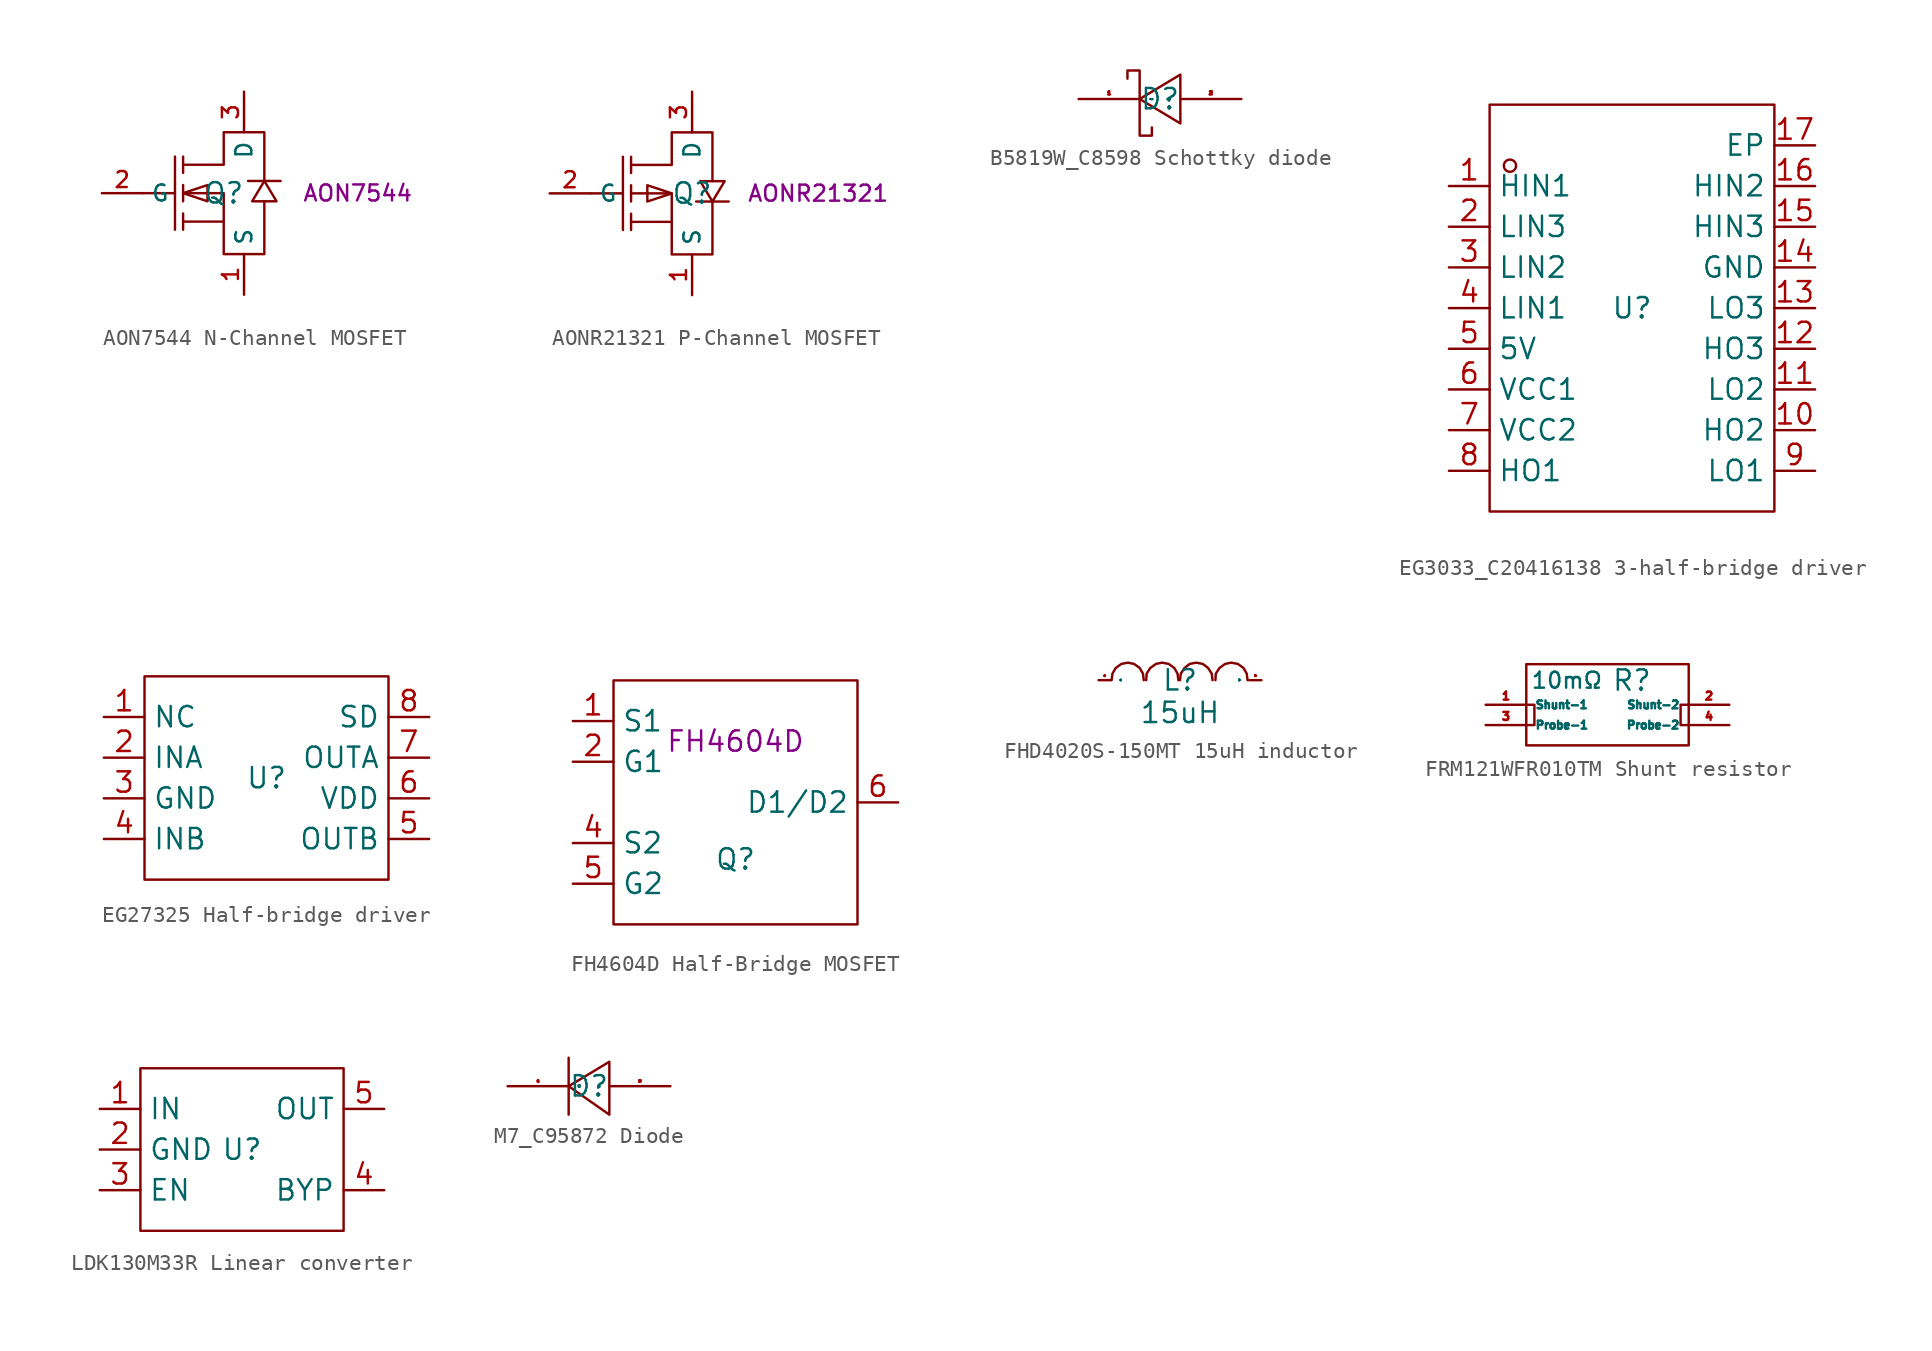
<source format=kicad_sym>
(kicad_symbol_lib
  (version 20241209)
  (generator "kicad_symbol_editor")
  (generator_version "9.0")
  (symbol "AON7544 N-Channel MOSFET"
    (property "Reference" "Q"
      (at 0 0 0)
      (effects (font (size 1.27 1.27))))
    (property "Manufacturer Part" "AON7544"
      (at 8.382 0 0)
      (effects (font (size 1 1))))
    (symbol "AON7544 N-Channel MOSFET_1_0"
      (polyline (pts (xy -5.08 0) (xy -3.048 0)) (stroke (width 0) (type default)) (fill (type none)))
      (polyline (pts (xy -3.048 2.286) (xy -3.048 -2.286)) (stroke (width 0) (type default)) (fill (type none)))
      (polyline (pts (xy -2.54 2.286) (xy -2.54 1.27)) (stroke (width 0) (type default)) (fill (type none)))
      (polyline (pts (xy -2.54 1.778) (xy 0 1.778) (xy 0 1.778) (xy 0 2.54) (xy 0 3.81) (xy 2.54 3.81) (xy 2.54 2.54) (xy 2.54 2.54) (xy 2.54 2.54) (xy 2.54 0.762)) (stroke (width 0) (type default)) (fill (type none)))
      (polyline (pts (xy -2.54 0) (xy -1.016 -0.508) (xy -1.016 -0.508) (xy -1.016 0.508) (xy -1.016 0.508) (xy -2.54 0)) (stroke (width 0) (type default)) (fill (type none)))
      (polyline (pts (xy -2.54 0) (xy 0 0) (xy 0 0) (xy 0 -2.54) (xy 0 -2.54) (xy 0 -2.54) (xy 0 -2.54) (xy 0 -2.54) (xy 0 -3.81) (xy 2.54 -3.81) (xy 2.54 -2.54) (xy 2.54 -2.54) (xy 2.54 -2.54) (xy 2.54 -0.508)) (stroke (width 0) (type default)) (fill (type none)))
      (polyline (pts (xy -2.54 -0.508) (xy -2.54 0.508)) (stroke (width 0) (type default)) (fill (type none)))
      (polyline (pts (xy -2.54 -2.286) (xy -2.54 -1.27)) (stroke (width 0) (type default)) (fill (type none)))
      (polyline (pts (xy 0 -1.778) (xy -2.54 -1.778)) (stroke (width 0) (type default)) (fill (type none)))
      (polyline (pts (xy 1.524 0.762) (xy 2.032 0.762) (xy 2.032 0.762) (xy 3.048 0.762) (xy 3.048 0.762) (xy 3.556 0.762)) (stroke (width 0) (type default)) (fill (type none)))
      (polyline (pts (xy 2.54 0.762) (xy 3.302 -0.508) (xy 3.302 -0.508) (xy 1.778 -0.508) (xy 1.778 -0.508) (xy 2.54 0.762)) (stroke (width 0) (type default)) (fill (type none)))
      (pin unspecified line (at -7.62 0 0) (length 2.54) (name "G" (effects (font (size 1 1)))) (number "2" (effects (font (size 1 1)))))
      (pin unspecified line (at 1.27 6.35 270) (length 2.54) (name "D" (effects (font (size 1 1)))) (number "3" (effects (font (size 1 1)))))
      (pin unspecified line (at 1.27 -6.35 90) (length 2.54) (name "S" (effects (font (size 1 1)))) (number "1" (effects (font (size 1 1)))))))
  (symbol "AONR21321 P-Channel MOSFET"
    (property "Reference" "Q"
      (at 0 0 0)
      (effects (font (size 1.27 1.27))))
    (property "Manufacturer Part" "AONR21321"
      (at 7.874 0 0)
      (effects (font (size 1 1))))
    (symbol "AONR21321 P-Channel MOSFET_1_0"
      (polyline (pts (xy -6.35 0) (xy -4.318 0)) (stroke (width 0) (type default)) (fill (type none)))
      (polyline (pts (xy -4.318 2.286) (xy -4.318 -2.286)) (stroke (width 0) (type default)) (fill (type none)))
      (polyline (pts (xy -3.81 2.286) (xy -3.81 1.27)) (stroke (width 0) (type default)) (fill (type none)))
      (polyline (pts (xy -3.81 1.778) (xy -1.27 1.778) (xy -1.27 1.778) (xy -1.27 2.54) (xy -1.27 3.81) (xy 1.27 3.81) (xy 1.27 2.54) (xy 1.27 2.54) (xy 1.27 2.54) (xy 1.27 0.762)) (stroke (width 0) (type default)) (fill (type none)))
      (polyline (pts (xy -3.81 0) (xy -1.27 0) (xy -1.27 0) (xy -1.27 -2.54) (xy -1.27 -2.54) (xy -1.27 -2.54) (xy -1.27 -2.54) (xy -1.27 -2.54) (xy -1.27 -3.81) (xy 1.27 -3.81) (xy 1.27 -2.54) (xy 1.27 -2.54) (xy 1.27 -2.54) (xy 1.27 -0.508)) (stroke (width 0) (type default)) (fill (type none)))
      (polyline (pts (xy -3.81 -0.508) (xy -3.81 0.508)) (stroke (width 0) (type default)) (fill (type none)))
      (polyline (pts (xy -3.81 -2.286) (xy -3.81 -1.27)) (stroke (width 0) (type default)) (fill (type none)))
      (polyline (pts (xy -1.27 0) (xy -2.794 -0.508) (xy -2.794 -0.508) (xy -2.794 0.508) (xy -2.794 0.508) (xy -1.27 0)) (stroke (width 0) (type default)) (fill (type none)))
      (polyline (pts (xy -1.27 -1.778) (xy -3.81 -1.778)) (stroke (width 0) (type default)) (fill (type none)))
      (polyline (pts (xy 0.254 -0.508) (xy 0.762 -0.508) (xy 0.762 -0.508) (xy 1.778 -0.508) (xy 1.778 -0.508) (xy 2.286 -0.508)) (stroke (width 0) (type default)) (fill (type none)))
      (polyline (pts (xy 1.27 -0.508) (xy 2.032 0.762) (xy 2.032 0.762) (xy 0.508 0.762) (xy 0.508 0.762) (xy 1.27 -0.508)) (stroke (width 0) (type default)) (fill (type none)))
      (pin unspecified line (at -8.89 0 0) (length 2.54) (name "G" (effects (font (size 1 1)))) (number "2" (effects (font (size 1 1)))))
      (pin unspecified line (at 0 6.35 270) (length 2.54) (name "D" (effects (font (size 1 1)))) (number "3" (effects (font (size 1 1)))))
      (pin unspecified line (at 0 -6.35 90) (length 2.54) (name "S" (effects (font (size 1 1)))) (number "1" (effects (font (size 1 1)))))))
  (symbol "B5819W_C8598 Schottky diode"
    (property "Reference" "D"
      (at 0 0 0)
      (effects (font (size 1.27 1.27))))
    (symbol "B5819W_C8598 Schottky diode_1_0"
      (polyline (pts (xy -0.508 -1.778) (xy -0.508 -2.286) (xy -0.508 -2.286) (xy -1.27 -2.286) (xy -1.27 -2.286) (xy -1.27 1.016) (xy -1.27 1.016) (xy -1.27 1.778) (xy -1.27 1.778) (xy -2.032 1.778) (xy -2.032 1.778) (xy -2.032 1.27)) (stroke (width 0) (type default)) (fill (type none)))
      (polyline (pts (xy 1.27 1.524) (xy -1.27 0) (xy -1.27 0) (xy 1.27 -1.524) (xy 1.27 -1.524) (xy 1.27 1.524)) (stroke (width 0) (type default)) (fill (type none)))
      (pin unspecified line (at -5.08 0 0) (length 3.81) (name "-" (effects (font (size 0.2 0.2)))) (number "1" (effects (font (size 0.2 0.2)))))
      (pin unspecified line (at 5.08 0 180) (length 3.81) (name "+" (effects (font (size 0.2 0.2)))) (number "2" (effects (font (size 0.2 0.2)))))))
  (symbol "EG3033_C20416138 3-half-bridge driver"
    (property "Reference" "U"
      (at 0 0 0)
      (effects (font (size 1.27 1.27))))
    (symbol "EG3033_C20416138 3-half-bridge driver_1_0"
      (rectangle (start -8.89 -12.7) (end 8.89 12.7) (stroke (width 0) (type default)) (fill (type none)))
      (circle (center -7.62 8.89) (radius 0.381) (stroke (width 0) (type default)) (fill (type none)))
      (pin unspecified line (at -11.43 7.62 0) (length 2.54) (name "HIN1" (effects (font (size 1.27 1.27)))) (number "1" (effects (font (size 1.27 1.27)))))
      (pin unspecified line (at -11.43 5.08 0) (length 2.54) (name "LIN3" (effects (font (size 1.27 1.27)))) (number "2" (effects (font (size 1.27 1.27)))))
      (pin unspecified line (at -11.43 2.54 0) (length 2.54) (name "LIN2" (effects (font (size 1.27 1.27)))) (number "3" (effects (font (size 1.27 1.27)))))
      (pin unspecified line (at -11.43 0 0) (length 2.54) (name "LIN1" (effects (font (size 1.27 1.27)))) (number "4" (effects (font (size 1.27 1.27)))))
      (pin unspecified line (at -11.43 -2.54 0) (length 2.54) (name "5V" (effects (font (size 1.27 1.27)))) (number "5" (effects (font (size 1.27 1.27)))))
      (pin unspecified line (at -11.43 -5.08 0) (length 2.54) (name "VCC1" (effects (font (size 1.27 1.27)))) (number "6" (effects (font (size 1.27 1.27)))))
      (pin unspecified line (at -11.43 -7.62 0) (length 2.54) (name "VCC2" (effects (font (size 1.27 1.27)))) (number "7" (effects (font (size 1.27 1.27)))))
      (pin unspecified line (at -11.43 -10.16 0) (length 2.54) (name "HO1" (effects (font (size 1.27 1.27)))) (number "8" (effects (font (size 1.27 1.27)))))
      (pin unspecified line (at 11.43 10.16 180) (length 2.54) (name "EP" (effects (font (size 1.27 1.27)))) (number "17" (effects (font (size 1.27 1.27)))))
      (pin unspecified line (at 11.43 7.62 180) (length 2.54) (name "HIN2" (effects (font (size 1.27 1.27)))) (number "16" (effects (font (size 1.27 1.27)))))
      (pin unspecified line (at 11.43 5.08 180) (length 2.54) (name "HIN3" (effects (font (size 1.27 1.27)))) (number "15" (effects (font (size 1.27 1.27)))))
      (pin unspecified line (at 11.43 2.54 180) (length 2.54) (name "GND" (effects (font (size 1.27 1.27)))) (number "14" (effects (font (size 1.27 1.27)))))
      (pin unspecified line (at 11.43 0 180) (length 2.54) (name "LO3" (effects (font (size 1.27 1.27)))) (number "13" (effects (font (size 1.27 1.27)))))
      (pin unspecified line (at 11.43 -2.54 180) (length 2.54) (name "HO3" (effects (font (size 1.27 1.27)))) (number "12" (effects (font (size 1.27 1.27)))))
      (pin unspecified line (at 11.43 -5.08 180) (length 2.54) (name "LO2" (effects (font (size 1.27 1.27)))) (number "11" (effects (font (size 1.27 1.27)))))
      (pin unspecified line (at 11.43 -7.62 180) (length 2.54) (name "HO2" (effects (font (size 1.27 1.27)))) (number "10" (effects (font (size 1.27 1.27)))))
      (pin unspecified line (at 11.43 -10.16 180) (length 2.54) (name "LO1" (effects (font (size 1.27 1.27)))) (number "9" (effects (font (size 1.27 1.27)))))))
  (symbol "EG27325 Half-bridge driver"
    (property "Reference" "U"
      (at 0 0 0)
      (effects (font (size 1.27 1.27))))
    (symbol "EG27325 Half-bridge driver_1_0"
      (rectangle (start -7.62 6.35) (end 7.62 -6.35) (stroke (width 0) (type default)) (fill (type none)))
      (pin unspecified line (at -10.16 3.81 0) (length 2.54) (name "NC" (effects (font (size 1.27 1.27)))) (number "1" (effects (font (size 1.27 1.27)))))
      (pin unspecified line (at -10.16 1.27 0) (length 2.54) (name "INA" (effects (font (size 1.27 1.27)))) (number "2" (effects (font (size 1.27 1.27)))))
      (pin unspecified line (at -10.16 -1.27 0) (length 2.54) (name "GND" (effects (font (size 1.27 1.27)))) (number "3" (effects (font (size 1.27 1.27)))))
      (pin unspecified line (at -10.16 -3.81 0) (length 2.54) (name "INB" (effects (font (size 1.27 1.27)))) (number "4" (effects (font (size 1.27 1.27)))))
      (pin unspecified line (at 10.16 3.81 180) (length 2.54) (name "SD" (effects (font (size 1.27 1.27)))) (number "8" (effects (font (size 1.27 1.27)))))
      (pin unspecified line (at 10.16 1.27 180) (length 2.54) (name "OUTA" (effects (font (size 1.27 1.27)))) (number "7" (effects (font (size 1.27 1.27)))))
      (pin unspecified line (at 10.16 -1.27 180) (length 2.54) (name "VDD" (effects (font (size 1.27 1.27)))) (number "6" (effects (font (size 1.27 1.27)))))
      (pin unspecified line (at 10.16 -3.81 180) (length 2.54) (name "OUTB" (effects (font (size 1.27 1.27)))) (number "5" (effects (font (size 1.27 1.27)))))))
  (symbol "FH4604D Half-Bridge MOSFET"
    (property "Reference" "Q"
      (at 0 -3.556 0)
      (effects (font (size 1.27 1.27))))
    (property "Manufacturer Part" "FH4604D"
      (at 0 3.81 0)
      (do_not_autoplace)
      (effects (font (size 1.27 1.27))))
    (symbol "FH4604D Half-Bridge MOSFET_1_0"
      (rectangle (start -7.62 7.62) (end 7.62 -7.62) (stroke (width 0) (type default)) (fill (type none)))
      (pin unspecified line (at -10.16 5.08 0) (length 2.54) (name "S1" (effects (font (size 1.27 1.27)))) (number "1" (effects (font (size 1.27 1.27)))))
      (pin unspecified line (at -10.16 2.54 0) (length 2.54) (name "G1" (effects (font (size 1.27 1.27)))) (number "2" (effects (font (size 1.27 1.27)))))
      (pin unspecified line (at -10.16 -2.54 0) (length 2.54) (name "S2" (effects (font (size 1.27 1.27)))) (number "4" (effects (font (size 1.27 1.27)))))
      (pin unspecified line (at -10.16 -5.08 0) (length 2.54) (name "G2" (effects (font (size 1.27 1.27)))) (number "5" (effects (font (size 1.27 1.27)))))
      (pin unspecified line (at 10.16 0 180) (length 2.54) (name "D1/D2" (effects (font (size 1.27 1.27)))) (number "6" (effects (font (size 1.27 1.27)))))))
  (symbol "FHD4020S-150MT 15uH inductor"
    (property "Reference" "L"
      (at 0 0 0)
      (effects (font (size 1.27 1.27))))
    (property "Value" "15uH"
      (at 0 -2.032 0)
      (effects (font (size 1.27 1.27))))
    (symbol "FHD4020S-150MT 15uH inductor_1_0"
      (polyline (pts (xy -4.267 0) (xy -4.216 0.406) (xy -4.216 0.406) (xy -4.013 0.762) (xy -4.013 0.762) (xy -3.658 1.016) (xy -3.658 1.016) (xy -3.251 1.092) (xy -3.251 1.092) (xy -2.87 1.016) (xy -2.87 1.016) (xy -2.515 0.762) (xy -2.515 0.762) (xy -2.311 0.406) (xy -2.311 0.406) (xy -2.261 0)) (stroke (width 0) (type default)) (fill (type none)))
      (polyline (pts (xy -2.108 0) (xy -2.083 0.406) (xy -2.083 0.406) (xy -1.854 0.762) (xy -1.854 0.762) (xy -1.499 1.016) (xy -1.499 1.016) (xy -1.118 1.092) (xy -1.118 1.092) (xy -0.711 1.016) (xy -0.711 1.016) (xy -0.356 0.762) (xy -0.356 0.762) (xy -0.152 0.406) (xy -0.152 0.406) (xy -0.102 0)) (stroke (width 0) (type default)) (fill (type none)))
      (polyline (pts (xy 0 0) (xy 0.051 0.406) (xy 0.051 0.406) (xy 0.279 0.762) (xy 0.279 0.762) (xy 0.61 1.016) (xy 0.61 1.016) (xy 1.016 1.092) (xy 1.016 1.092) (xy 1.422 1.016) (xy 1.422 1.016) (xy 1.753 0.762) (xy 1.753 0.762) (xy 1.981 0.406) (xy 1.981 0.406) (xy 2.032 0)) (stroke (width 0) (type default)) (fill (type none)))
      (polyline (pts (xy 2.21 0) (xy 2.235 0.406) (xy 2.235 0.406) (xy 2.464 0.762) (xy 2.464 0.762) (xy 2.819 1.016) (xy 2.819 1.016) (xy 3.2 1.092) (xy 3.2 1.092) (xy 3.607 1.016) (xy 3.607 1.016) (xy 3.962 0.762) (xy 3.962 0.762) (xy 4.166 0.406) (xy 4.166 0.406) (xy 4.216 0)) (stroke (width 0) (type default)) (fill (type none)))
      (pin unspecified line (at -5.08 0 0) (length 0.762) (name "1" (effects (font (size 0.025 0.025)))) (number "1" (effects (font (size 0.025 0.025)))))
      (pin unspecified line (at 5.08 0 180) (length 0.762) (name "2" (effects (font (size 0.025 0.025)))) (number "2" (effects (font (size 0.025 0.025)))))))
  (symbol "FRM121WFR010TM Shunt resistor"
    (property "Reference" "R"
      (at 1.524 1.524 0)
      (do_not_autoplace)
      (effects (font (size 1.27 1.27))))
    (property "Value" "10mΩ"
      (at -2.54 1.524 0)
      (do_not_autoplace)
      (effects (font (size 1 1))))
    (symbol "FRM121WFR010TM Shunt resistor_0_1"
      (polyline (pts (xy -5.08 0) (xy -4.572 0) (xy -4.572 -1.27) (xy -5.08 -1.27)) (stroke (width 0) (type default)) (fill (type none)))
      (polyline (pts (xy 5.08 0) (xy 4.572 0) (xy 4.572 -1.27) (xy 5.08 -1.27)) (stroke (width 0) (type default)) (fill (type none))))
    (symbol "FRM121WFR010TM Shunt resistor_1_0"
      (rectangle (start -5.08 2.54) (end 5.08 -2.54) (stroke (width 0) (type default)) (fill (type none)))
      (pin unspecified line (at -7.62 0 0) (length 2.54) (name "Shunt-1" (effects (font (size 0.5 0.5)))) (number "1" (effects (font (size 0.5 0.5)))))
      (pin unspecified line (at -7.62 -1.27 0) (length 2.54) (name "Probe-1" (effects (font (size 0.5 0.5)))) (number "3" (effects (font (size 0.5 0.5)))))
      (pin unspecified line (at 7.62 0 180) (length 2.54) (name "Shunt-2" (effects (font (size 0.5 0.5)))) (number "2" (effects (font (size 0.5 0.5)))))
      (pin unspecified line (at 7.62 -1.27 180) (length 2.54) (name "Probe-2" (effects (font (size 0.5 0.5)))) (number "4" (effects (font (size 0.5 0.5)))))))
  (symbol "LDK130M33R Linear converter"
    (property "Reference" "U"
      (at 0 0 0)
      (effects (font (size 1.27 1.27))))
    (symbol "LDK130M33R Linear converter_1_0"
      (rectangle (start -6.35 5.08) (end 6.35 -5.08) (stroke (width 0) (type default)) (fill (type none)))
      (pin unspecified line (at -8.89 2.54 0) (length 2.54) (name "IN" (effects (font (size 1.27 1.27)))) (number "1" (effects (font (size 1.27 1.27)))))
      (pin unspecified line (at -8.89 0 0) (length 2.54) (name "GND" (effects (font (size 1.27 1.27)))) (number "2" (effects (font (size 1.27 1.27)))))
      (pin unspecified line (at -8.89 -2.54 0) (length 2.54) (name "EN" (effects (font (size 1.27 1.27)))) (number "3" (effects (font (size 1.27 1.27)))))
      (pin unspecified line (at 8.89 2.54 180) (length 2.54) (name "OUT" (effects (font (size 1.27 1.27)))) (number "5" (effects (font (size 1.27 1.27)))))
      (pin unspecified line (at 8.89 -2.54 180) (length 2.54) (name "BYP" (effects (font (size 1.27 1.27)))) (number "4" (effects (font (size 1.27 1.27)))))))
  (symbol "M7_C95872 Diode"
    (property "Reference" "D"
      (at 0 0 0)
      (effects (font (size 1.27 1.27))))
    (symbol "M7_C95872 Diode_1_0"
      (polyline (pts (xy -1.27 1.778) (xy -1.27 -1.778)) (stroke (width 0) (type default)) (fill (type none)))
      (polyline (pts (xy 1.27 1.524) (xy -1.27 0) (xy -1.27 0) (xy 1.27 -1.778) (xy 1.27 -1.778) (xy 1.27 1.524)) (stroke (width 0) (type default)) (fill (type none)))
      (pin unspecified line (at -5.08 0 0) (length 3.81) (name "K" (effects (font (size 0.1 0.1)))) (number "1" (effects (font (size 0.1 0.1)))))
      (pin unspecified line (at 5.08 0 180) (length 3.81) (name "A" (effects (font (size 0.1 0.1)))) (number "2" (effects (font (size 0.1 0.1))))))))
</source>
